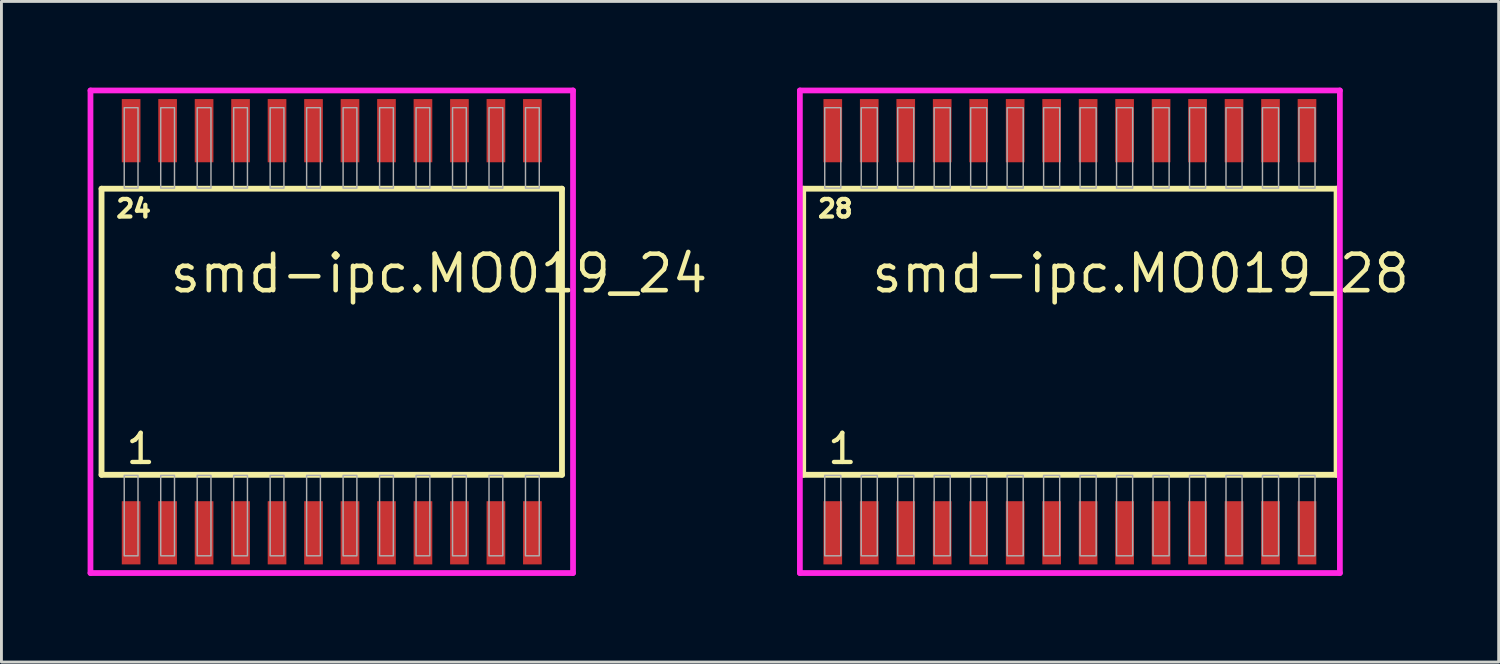
<source format=kicad_pcb>
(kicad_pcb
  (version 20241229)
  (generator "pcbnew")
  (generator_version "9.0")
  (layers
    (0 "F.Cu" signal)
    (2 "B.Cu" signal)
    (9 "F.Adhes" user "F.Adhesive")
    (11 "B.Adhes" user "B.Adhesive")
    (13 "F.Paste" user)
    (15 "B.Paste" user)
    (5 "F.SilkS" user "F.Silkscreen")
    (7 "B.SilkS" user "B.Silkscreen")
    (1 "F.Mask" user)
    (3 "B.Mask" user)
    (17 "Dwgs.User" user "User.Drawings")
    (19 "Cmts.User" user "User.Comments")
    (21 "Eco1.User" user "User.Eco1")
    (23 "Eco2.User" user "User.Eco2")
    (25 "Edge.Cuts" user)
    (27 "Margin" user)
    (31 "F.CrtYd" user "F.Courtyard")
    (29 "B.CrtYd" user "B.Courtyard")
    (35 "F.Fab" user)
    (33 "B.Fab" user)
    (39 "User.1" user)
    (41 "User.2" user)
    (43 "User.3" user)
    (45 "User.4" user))
  (footprint "smd-ipc.MO019_28"
    (layer "F.Cu")
    (at 34.198 8.5)
    (property "Reference" "smd-ipc.MO019_28" (at -6.985 -1.285 0) (layer "F.SilkS") (effects (font (size 1.27 1.27) (thickness 0.16)) (justify left bottom)))
    (attr smd)
    (fp_line (start -9.285 -4.98) (end 9.285 -4.98) (stroke (width 0.203) (type default)) (layer "F.SilkS"))
    (fp_line (start -9.285 4.98) (end -9.285 -4.98) (stroke (width 0.203) (type default)) (layer "F.SilkS"))
    (fp_line (start 9.285 -4.98) (end 9.285 4.98) (stroke (width 0.203) (type default)) (layer "F.SilkS"))
    (fp_line (start 9.285 4.98) (end -9.285 4.98) (stroke (width 0.203) (type default)) (layer "F.SilkS"))
    (fp_line (start -9.4 -8.4) (end 9.4 -8.4) (stroke (width 0.2) (type default)) (layer "F.CrtYd"))
    (fp_line (start -9.4 8.4) (end -9.4 -8.4) (stroke (width 0.2) (type default)) (layer "F.CrtYd"))
    (fp_line (start 9.4 -8.4) (end 9.4 8.4) (stroke (width 0.2) (type default)) (layer "F.CrtYd"))
    (fp_line (start 9.4 8.4) (end -9.4 8.4) (stroke (width 0.2) (type default)) (layer "F.CrtYd"))
    (fp_rect (start -8.535 -5) (end -7.975 -7.8) (stroke (width 0.05) (type default)) (fill no) (layer "F.Fab"))
    (fp_rect (start -8.535 7.8) (end -7.975 5) (stroke (width 0.05) (type default)) (fill no) (layer "F.Fab"))
    (fp_rect (start -7.265 -5) (end -6.705 -7.8) (stroke (width 0.05) (type default)) (fill no) (layer "F.Fab"))
    (fp_rect (start -7.265 7.8) (end -6.705 5) (stroke (width 0.05) (type default)) (fill no) (layer "F.Fab"))
    (fp_rect (start -5.995 -5) (end -5.435 -7.8) (stroke (width 0.05) (type default)) (fill no) (layer "F.Fab"))
    (fp_rect (start -5.995 7.8) (end -5.435 5) (stroke (width 0.05) (type default)) (fill no) (layer "F.Fab"))
    (fp_rect (start -4.725 -5) (end -4.165 -7.8) (stroke (width 0.05) (type default)) (fill no) (layer "F.Fab"))
    (fp_rect (start -4.725 7.8) (end -4.165 5) (stroke (width 0.05) (type default)) (fill no) (layer "F.Fab"))
    (fp_rect (start -3.455 -5) (end -2.895 -7.8) (stroke (width 0.05) (type default)) (fill no) (layer "F.Fab"))
    (fp_rect (start -3.455 7.8) (end -2.895 5) (stroke (width 0.05) (type default)) (fill no) (layer "F.Fab"))
    (fp_rect (start -2.185 -5) (end -1.625 -7.8) (stroke (width 0.05) (type default)) (fill no) (layer "F.Fab"))
    (fp_rect (start -2.185 7.8) (end -1.625 5) (stroke (width 0.05) (type default)) (fill no) (layer "F.Fab"))
    (fp_rect (start -0.915 -5) (end -0.355 -7.8) (stroke (width 0.05) (type default)) (fill no) (layer "F.Fab"))
    (fp_rect (start -0.915 7.8) (end -0.355 5) (stroke (width 0.05) (type default)) (fill no) (layer "F.Fab"))
    (fp_rect (start 0.355 -5) (end 0.915 -7.8) (stroke (width 0.05) (type default)) (fill no) (layer "F.Fab"))
    (fp_rect (start 0.355 7.8) (end 0.915 5) (stroke (width 0.05) (type default)) (fill no) (layer "F.Fab"))
    (fp_rect (start 1.625 -5) (end 2.185 -7.8) (stroke (width 0.05) (type default)) (fill no) (layer "F.Fab"))
    (fp_rect (start 1.625 7.8) (end 2.185 5) (stroke (width 0.05) (type default)) (fill no) (layer "F.Fab"))
    (fp_rect (start 2.895 -5) (end 3.455 -7.8) (stroke (width 0.05) (type default)) (fill no) (layer "F.Fab"))
    (fp_rect (start 2.895 7.8) (end 3.455 5) (stroke (width 0.05) (type default)) (fill no) (layer "F.Fab"))
    (fp_rect (start 4.165 -5) (end 4.725 -7.8) (stroke (width 0.05) (type default)) (fill no) (layer "F.Fab"))
    (fp_rect (start 4.165 7.8) (end 4.725 5) (stroke (width 0.05) (type default)) (fill no) (layer "F.Fab"))
    (fp_rect (start 5.435 -5) (end 5.995 -7.8) (stroke (width 0.05) (type default)) (fill no) (layer "F.Fab"))
    (fp_rect (start 5.435 7.8) (end 5.995 5) (stroke (width 0.05) (type default)) (fill no) (layer "F.Fab"))
    (fp_rect (start 6.705 -5) (end 7.265 -7.8) (stroke (width 0.05) (type default)) (fill no) (layer "F.Fab"))
    (fp_rect (start 6.705 7.8) (end 7.265 5) (stroke (width 0.05) (type default)) (fill no) (layer "F.Fab"))
    (fp_rect (start 7.975 -5) (end 8.535 -7.8) (stroke (width 0.05) (type default)) (fill no) (layer "F.Fab"))
    (fp_rect (start 7.975 7.8) (end 8.535 5) (stroke (width 0.05) (type default)) (fill no) (layer "F.Fab"))
    (fp_text user "28" (at -8.846 -3.93 0) (layer "F.SilkS") (effects (font (size 0.61 0.61) (thickness 0.15)) (justify left bottom)))
    (fp_text user "1" (at -8.506 4.665 0) (layer "F.SilkS") (effects (font (size 1.016 1.016) (thickness 0.15)) (justify left bottom)))
    (pad "1" smd roundrect (at -8.255 7) (size 0.65 2.2) (layers "F.Cu" "F.Mask" "F.Paste") (roundrect_rratio 0.01))
    (pad "2" smd roundrect (at -6.985 7) (size 0.65 2.2) (layers "F.Cu" "F.Mask" "F.Paste") (roundrect_rratio 0.01))
    (pad "3" smd roundrect (at -5.715 7) (size 0.65 2.2) (layers "F.Cu" "F.Mask" "F.Paste") (roundrect_rratio 0.01))
    (pad "4" smd roundrect (at -4.445 7) (size 0.65 2.2) (layers "F.Cu" "F.Mask" "F.Paste") (roundrect_rratio 0.01))
    (pad "5" smd roundrect (at -3.175 7) (size 0.65 2.2) (layers "F.Cu" "F.Mask" "F.Paste") (roundrect_rratio 0.01))
    (pad "6" smd roundrect (at -1.905 7) (size 0.65 2.2) (layers "F.Cu" "F.Mask" "F.Paste") (roundrect_rratio 0.01))
    (pad "7" smd roundrect (at -0.635 7) (size 0.65 2.2) (layers "F.Cu" "F.Mask" "F.Paste") (roundrect_rratio 0.01))
    (pad "8" smd roundrect (at 0.635 7) (size 0.65 2.2) (layers "F.Cu" "F.Mask" "F.Paste") (roundrect_rratio 0.01))
    (pad "9" smd roundrect (at 1.905 7) (size 0.65 2.2) (layers "F.Cu" "F.Mask" "F.Paste") (roundrect_rratio 0.01))
    (pad "10" smd roundrect (at 3.175 7) (size 0.65 2.2) (layers "F.Cu" "F.Mask" "F.Paste") (roundrect_rratio 0.01))
    (pad "11" smd roundrect (at 4.445 7) (size 0.65 2.2) (layers "F.Cu" "F.Mask" "F.Paste") (roundrect_rratio 0.01))
    (pad "12" smd roundrect (at 5.715 7) (size 0.65 2.2) (layers "F.Cu" "F.Mask" "F.Paste") (roundrect_rratio 0.01))
    (pad "13" smd roundrect (at 6.985 7) (size 0.65 2.2) (layers "F.Cu" "F.Mask" "F.Paste") (roundrect_rratio 0.01))
    (pad "14" smd roundrect (at 8.255 7) (size 0.65 2.2) (layers "F.Cu" "F.Mask" "F.Paste") (roundrect_rratio 0.01))
    (pad "15" smd roundrect (at 8.255 -7) (size 0.65 2.2) (layers "F.Cu" "F.Mask" "F.Paste") (roundrect_rratio 0.01))
    (pad "16" smd roundrect (at 6.985 -7) (size 0.65 2.2) (layers "F.Cu" "F.Mask" "F.Paste") (roundrect_rratio 0.01))
    (pad "17" smd roundrect (at 5.715 -7) (size 0.65 2.2) (layers "F.Cu" "F.Mask" "F.Paste") (roundrect_rratio 0.01))
    (pad "18" smd roundrect (at 4.445 -7) (size 0.65 2.2) (layers "F.Cu" "F.Mask" "F.Paste") (roundrect_rratio 0.01))
    (pad "19" smd roundrect (at 3.175 -7) (size 0.65 2.2) (layers "F.Cu" "F.Mask" "F.Paste") (roundrect_rratio 0.01))
    (pad "20" smd roundrect (at 1.905 -7) (size 0.65 2.2) (layers "F.Cu" "F.Mask" "F.Paste") (roundrect_rratio 0.01))
    (pad "21" smd roundrect (at 0.635 -7) (size 0.65 2.2) (layers "F.Cu" "F.Mask" "F.Paste") (roundrect_rratio 0.01))
    (pad "22" smd roundrect (at -0.635 -7) (size 0.65 2.2) (layers "F.Cu" "F.Mask" "F.Paste") (roundrect_rratio 0.01))
    (pad "23" smd roundrect (at -1.905 -7) (size 0.65 2.2) (layers "F.Cu" "F.Mask" "F.Paste") (roundrect_rratio 0.01))
    (pad "24" smd roundrect (at -3.175 -7) (size 0.65 2.2) (layers "F.Cu" "F.Mask" "F.Paste") (roundrect_rratio 0.01))
    (pad "25" smd roundrect (at -4.445 -7) (size 0.65 2.2) (layers "F.Cu" "F.Mask" "F.Paste") (roundrect_rratio 0.01))
    (pad "26" smd roundrect (at -5.715 -7) (size 0.65 2.2) (layers "F.Cu" "F.Mask" "F.Paste") (roundrect_rratio 0.01))
    (pad "27" smd roundrect (at -6.985 -7) (size 0.65 2.2) (layers "F.Cu" "F.Mask" "F.Paste") (roundrect_rratio 0.01))
    (pad "28" smd roundrect (at -8.255 -7) (size 0.65 2.2) (layers "F.Cu" "F.Mask" "F.Paste") (roundrect_rratio 0.01)))
  (footprint "smd-ipc.MO019_24"
    (layer "F.Cu")
    (at 8.5 8.5)
    (property "Reference" "smd-ipc.MO019_24" (at -5.715 -1.285 0) (layer "F.SilkS") (effects (font (size 1.27 1.27) (thickness 0.16)) (justify left bottom)))
    (attr smd)
    (fp_line (start -8.015 -4.98) (end 8.015 -4.98) (stroke (width 0.203) (type default)) (layer "F.SilkS"))
    (fp_line (start -8.015 4.98) (end -8.015 -4.98) (stroke (width 0.203) (type default)) (layer "F.SilkS"))
    (fp_line (start 8.015 -4.98) (end 8.015 4.98) (stroke (width 0.203) (type default)) (layer "F.SilkS"))
    (fp_line (start 8.015 4.98) (end -8.015 4.98) (stroke (width 0.203) (type default)) (layer "F.SilkS"))
    (fp_line (start -8.4 -8.4) (end 8.4 -8.4) (stroke (width 0.2) (type default)) (layer "F.CrtYd"))
    (fp_line (start -8.4 8.4) (end -8.4 -8.4) (stroke (width 0.2) (type default)) (layer "F.CrtYd"))
    (fp_line (start 8.4 -8.4) (end 8.4 8.4) (stroke (width 0.2) (type default)) (layer "F.CrtYd"))
    (fp_line (start 8.4 8.4) (end -8.4 8.4) (stroke (width 0.2) (type default)) (layer "F.CrtYd"))
    (fp_rect (start -7.225 -5) (end -6.745 -7.8) (stroke (width 0.05) (type default)) (fill no) (layer "F.Fab"))
    (fp_rect (start -7.225 7.8) (end -6.745 5) (stroke (width 0.05) (type default)) (fill no) (layer "F.Fab"))
    (fp_rect (start -5.955 -5) (end -5.475 -7.8) (stroke (width 0.05) (type default)) (fill no) (layer "F.Fab"))
    (fp_rect (start -5.955 7.8) (end -5.475 5) (stroke (width 0.05) (type default)) (fill no) (layer "F.Fab"))
    (fp_rect (start -4.685 -5) (end -4.205 -7.8) (stroke (width 0.05) (type default)) (fill no) (layer "F.Fab"))
    (fp_rect (start -4.685 7.8) (end -4.205 5) (stroke (width 0.05) (type default)) (fill no) (layer "F.Fab"))
    (fp_rect (start -3.415 -5) (end -2.935 -7.8) (stroke (width 0.05) (type default)) (fill no) (layer "F.Fab"))
    (fp_rect (start -3.415 7.8) (end -2.935 5) (stroke (width 0.05) (type default)) (fill no) (layer "F.Fab"))
    (fp_rect (start -2.145 -5) (end -1.665 -7.8) (stroke (width 0.05) (type default)) (fill no) (layer "F.Fab"))
    (fp_rect (start -2.145 7.8) (end -1.665 5) (stroke (width 0.05) (type default)) (fill no) (layer "F.Fab"))
    (fp_rect (start -0.875 -5) (end -0.395 -7.8) (stroke (width 0.05) (type default)) (fill no) (layer "F.Fab"))
    (fp_rect (start -0.875 7.8) (end -0.395 5) (stroke (width 0.05) (type default)) (fill no) (layer "F.Fab"))
    (fp_rect (start 0.395 -5) (end 0.875 -7.8) (stroke (width 0.05) (type default)) (fill no) (layer "F.Fab"))
    (fp_rect (start 0.395 7.8) (end 0.875 5) (stroke (width 0.05) (type default)) (fill no) (layer "F.Fab"))
    (fp_rect (start 1.665 -5) (end 2.145 -7.8) (stroke (width 0.05) (type default)) (fill no) (layer "F.Fab"))
    (fp_rect (start 1.665 7.8) (end 2.145 5) (stroke (width 0.05) (type default)) (fill no) (layer "F.Fab"))
    (fp_rect (start 2.935 -5) (end 3.415 -7.8) (stroke (width 0.05) (type default)) (fill no) (layer "F.Fab"))
    (fp_rect (start 2.935 7.8) (end 3.415 5) (stroke (width 0.05) (type default)) (fill no) (layer "F.Fab"))
    (fp_rect (start 4.205 -5) (end 4.685 -7.8) (stroke (width 0.05) (type default)) (fill no) (layer "F.Fab"))
    (fp_rect (start 4.205 7.8) (end 4.685 5) (stroke (width 0.05) (type default)) (fill no) (layer "F.Fab"))
    (fp_rect (start 5.475 -5) (end 5.955 -7.8) (stroke (width 0.05) (type default)) (fill no) (layer "F.Fab"))
    (fp_rect (start 5.475 7.8) (end 5.955 5) (stroke (width 0.05) (type default)) (fill no) (layer "F.Fab"))
    (fp_rect (start 6.745 -5) (end 7.225 -7.8) (stroke (width 0.05) (type default)) (fill no) (layer "F.Fab"))
    (fp_rect (start 6.745 7.8) (end 7.225 5) (stroke (width 0.05) (type default)) (fill no) (layer "F.Fab"))
    (fp_text user "24" (at -7.576 -3.93 0) (layer "F.SilkS") (effects (font (size 0.61 0.61) (thickness 0.15)) (justify left bottom)))
    (fp_text user "1" (at -7.236 4.665 0) (layer "F.SilkS") (effects (font (size 1.016 1.016) (thickness 0.15)) (justify left bottom)))
    (pad "1" smd roundrect (at -6.985 7) (size 0.65 2.2) (layers "F.Cu" "F.Mask" "F.Paste") (roundrect_rratio 0.01))
    (pad "2" smd roundrect (at -5.715 7) (size 0.65 2.2) (layers "F.Cu" "F.Mask" "F.Paste") (roundrect_rratio 0.01))
    (pad "3" smd roundrect (at -4.445 7) (size 0.65 2.2) (layers "F.Cu" "F.Mask" "F.Paste") (roundrect_rratio 0.01))
    (pad "4" smd roundrect (at -3.175 7) (size 0.65 2.2) (layers "F.Cu" "F.Mask" "F.Paste") (roundrect_rratio 0.01))
    (pad "5" smd roundrect (at -1.905 7) (size 0.65 2.2) (layers "F.Cu" "F.Mask" "F.Paste") (roundrect_rratio 0.01))
    (pad "6" smd roundrect (at -0.635 7) (size 0.65 2.2) (layers "F.Cu" "F.Mask" "F.Paste") (roundrect_rratio 0.01))
    (pad "7" smd roundrect (at 0.635 7) (size 0.65 2.2) (layers "F.Cu" "F.Mask" "F.Paste") (roundrect_rratio 0.01))
    (pad "8" smd roundrect (at 1.905 7) (size 0.65 2.2) (layers "F.Cu" "F.Mask" "F.Paste") (roundrect_rratio 0.01))
    (pad "9" smd roundrect (at 3.175 7) (size 0.65 2.2) (layers "F.Cu" "F.Mask" "F.Paste") (roundrect_rratio 0.01))
    (pad "10" smd roundrect (at 4.445 7) (size 0.65 2.2) (layers "F.Cu" "F.Mask" "F.Paste") (roundrect_rratio 0.01))
    (pad "11" smd roundrect (at 5.715 7) (size 0.65 2.2) (layers "F.Cu" "F.Mask" "F.Paste") (roundrect_rratio 0.01))
    (pad "12" smd roundrect (at 6.985 7) (size 0.65 2.2) (layers "F.Cu" "F.Mask" "F.Paste") (roundrect_rratio 0.01))
    (pad "13" smd roundrect (at 6.985 -7) (size 0.65 2.2) (layers "F.Cu" "F.Mask" "F.Paste") (roundrect_rratio 0.01))
    (pad "14" smd roundrect (at 5.715 -7) (size 0.65 2.2) (layers "F.Cu" "F.Mask" "F.Paste") (roundrect_rratio 0.01))
    (pad "15" smd roundrect (at 4.445 -7) (size 0.65 2.2) (layers "F.Cu" "F.Mask" "F.Paste") (roundrect_rratio 0.01))
    (pad "16" smd roundrect (at 3.175 -7) (size 0.65 2.2) (layers "F.Cu" "F.Mask" "F.Paste") (roundrect_rratio 0.01))
    (pad "17" smd roundrect (at 1.905 -7) (size 0.65 2.2) (layers "F.Cu" "F.Mask" "F.Paste") (roundrect_rratio 0.01))
    (pad "18" smd roundrect (at 0.635 -7) (size 0.65 2.2) (layers "F.Cu" "F.Mask" "F.Paste") (roundrect_rratio 0.01))
    (pad "19" smd roundrect (at -0.635 -7) (size 0.65 2.2) (layers "F.Cu" "F.Mask" "F.Paste") (roundrect_rratio 0.01))
    (pad "20" smd roundrect (at -1.905 -7) (size 0.65 2.2) (layers "F.Cu" "F.Mask" "F.Paste") (roundrect_rratio 0.01))
    (pad "21" smd roundrect (at -3.175 -7) (size 0.65 2.2) (layers "F.Cu" "F.Mask" "F.Paste") (roundrect_rratio 0.01))
    (pad "22" smd roundrect (at -4.445 -7) (size 0.65 2.2) (layers "F.Cu" "F.Mask" "F.Paste") (roundrect_rratio 0.01))
    (pad "23" smd roundrect (at -5.715 -7) (size 0.65 2.2) (layers "F.Cu" "F.Mask" "F.Paste") (roundrect_rratio 0.01))
    (pad "24" smd roundrect (at -6.985 -7) (size 0.65 2.2) (layers "F.Cu" "F.Mask" "F.Paste") (roundrect_rratio 0.01)))
  (gr_rect
    (start -3 -3)
    (end 49.126 20)
    (stroke (width 0.1) (type default))
    (fill no)
    (layer "Edge.Cuts")))
</source>
